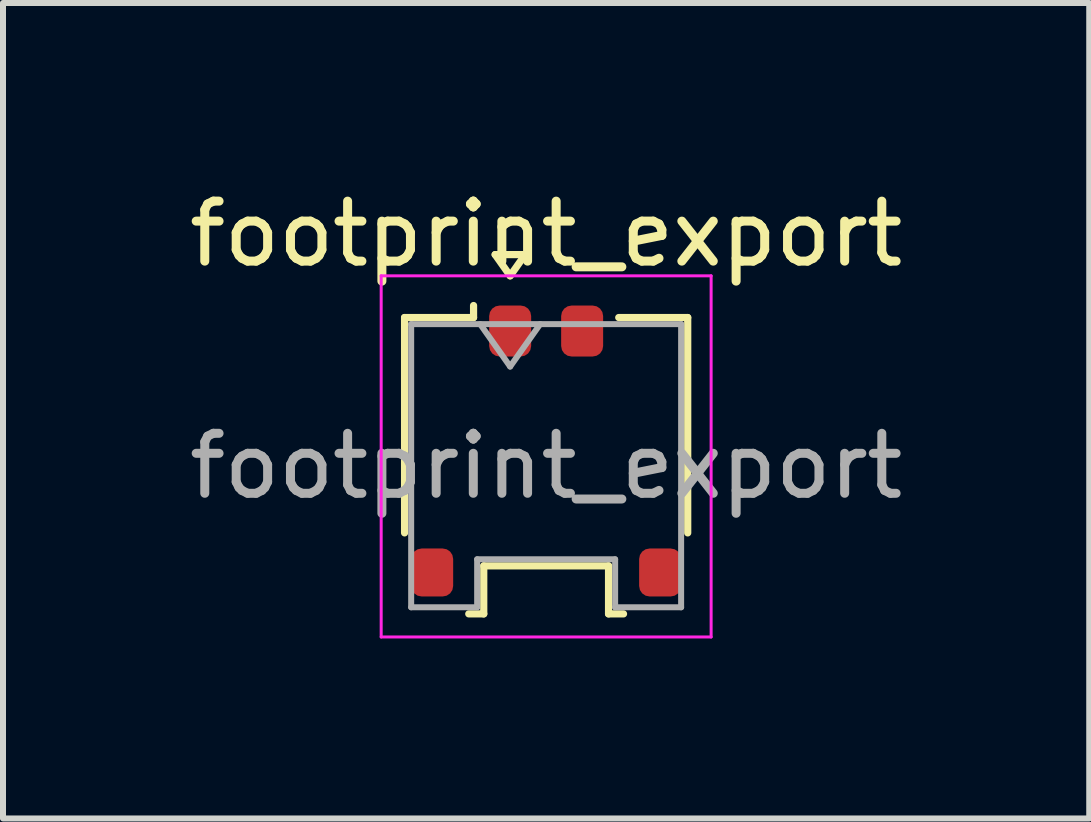
<source format=kicad_pcb>
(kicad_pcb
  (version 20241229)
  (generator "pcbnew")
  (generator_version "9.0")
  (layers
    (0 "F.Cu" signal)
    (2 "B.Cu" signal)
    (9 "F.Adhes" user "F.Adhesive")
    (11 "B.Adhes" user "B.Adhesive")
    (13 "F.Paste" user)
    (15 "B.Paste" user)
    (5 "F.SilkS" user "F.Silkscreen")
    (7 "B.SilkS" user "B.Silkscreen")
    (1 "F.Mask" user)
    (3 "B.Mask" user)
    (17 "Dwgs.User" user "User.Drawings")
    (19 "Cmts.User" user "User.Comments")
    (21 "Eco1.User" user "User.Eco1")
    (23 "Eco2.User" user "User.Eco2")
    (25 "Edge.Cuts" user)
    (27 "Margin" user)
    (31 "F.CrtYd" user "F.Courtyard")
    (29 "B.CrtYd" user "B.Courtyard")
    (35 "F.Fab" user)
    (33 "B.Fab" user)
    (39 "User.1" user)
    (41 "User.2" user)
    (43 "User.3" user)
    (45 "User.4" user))
  (footprint "footprint_export"
    (layer "F.Cu")
    (at 6.054 4.468)
    (property "Reference" "footprint_export" (at 0 -3.62 0) (layer "F.SilkS") (effects (font (size 1 1) (thickness 0.15))))
    (attr smd)
    (fp_line (start -2.36 -2.225) (end -1.21 -2.225) (stroke (width 0.12) (type solid)) (layer "F.SilkS"))
    (fp_line (start -2.36 1.365) (end -2.36 -2.225) (stroke (width 0.12) (type solid)) (layer "F.SilkS"))
    (fp_line (start -1.29 2.715) (end -1.04 2.715) (stroke (width 0.12) (type solid)) (layer "F.SilkS"))
    (fp_line (start -1.21 -2.225) (end -1.21 -2.425) (stroke (width 0.12) (type solid)) (layer "F.SilkS"))
    (fp_line (start -1.04 1.915) (end 1.04 1.915) (stroke (width 0.12) (type solid)) (layer "F.SilkS"))
    (fp_line (start -1.04 2.715) (end -1.04 1.915) (stroke (width 0.12) (type solid)) (layer "F.SilkS"))
    (fp_line (start -0.85 -3.274) (end -0.6 -2.92) (stroke (width 0.12) (type solid)) (layer "F.SilkS"))
    (fp_line (start -0.6 -2.92) (end -0.35 -3.274) (stroke (width 0.12) (type solid)) (layer "F.SilkS"))
    (fp_line (start -0.35 -3.274) (end -0.85 -3.274) (stroke (width 0.12) (type solid)) (layer "F.SilkS"))
    (fp_line (start 1.04 1.915) (end 1.04 2.715) (stroke (width 0.12) (type solid)) (layer "F.SilkS"))
    (fp_line (start 1.04 2.715) (end 1.29 2.715) (stroke (width 0.12) (type solid)) (layer "F.SilkS"))
    (fp_line (start 2.36 -2.225) (end 1.21 -2.225) (stroke (width 0.12) (type solid)) (layer "F.SilkS"))
    (fp_line (start 2.36 1.365) (end 2.36 -2.225) (stroke (width 0.12) (type solid)) (layer "F.SilkS"))
    (fp_line (start -2.75 -2.92) (end -2.75 3.1) (stroke (width 0.05) (type solid)) (layer "F.CrtYd"))
    (fp_line (start -2.75 3.1) (end 2.75 3.1) (stroke (width 0.05) (type solid)) (layer "F.CrtYd"))
    (fp_line (start 2.75 -2.92) (end -2.75 -2.92) (stroke (width 0.05) (type solid)) (layer "F.CrtYd"))
    (fp_line (start 2.75 3.1) (end 2.75 -2.92) (stroke (width 0.05) (type solid)) (layer "F.CrtYd"))
    (fp_line (start -2.25 -2.115) (end -2.25 2.605) (stroke (width 0.1) (type solid)) (layer "F.Fab"))
    (fp_line (start -2.25 -2.115) (end 2.25 -2.115) (stroke (width 0.1) (type solid)) (layer "F.Fab"))
    (fp_line (start -2.25 2.605) (end -1.15 2.605) (stroke (width 0.1) (type solid)) (layer "F.Fab"))
    (fp_line (start -1.15 1.805) (end 1.15 1.805) (stroke (width 0.1) (type solid)) (layer "F.Fab"))
    (fp_line (start -1.15 2.605) (end -1.15 1.805) (stroke (width 0.1) (type solid)) (layer "F.Fab"))
    (fp_line (start -1.1 -2.115) (end -0.6 -1.408) (stroke (width 0.1) (type solid)) (layer "F.Fab"))
    (fp_line (start -0.6 -1.408) (end -0.1 -2.115) (stroke (width 0.1) (type solid)) (layer "F.Fab"))
    (fp_line (start 1.15 1.805) (end 1.15 2.605) (stroke (width 0.1) (type solid)) (layer "F.Fab"))
    (fp_line (start 1.15 2.605) (end 2.25 2.605) (stroke (width 0.1) (type solid)) (layer "F.Fab"))
    (fp_line (start 2.25 -2.115) (end 2.25 2.605) (stroke (width 0.1) (type solid)) (layer "F.Fab"))
    (fp_text user "${REFERENCE}" (at 0 0.25 0) (layer "F.Fab") (effects (font (size 1 1) (thickness 0.15))))
    (pad "1" smd roundrect (at -0.6 -2) (size 0.7 0.85) (layers "F.Cu" "F.Mask" "F.Paste") (roundrect_rratio 0.25))
    (pad "2" smd roundrect (at 0.6 -2) (size 0.7 0.85) (layers "F.Cu" "F.Mask" "F.Paste") (roundrect_rratio 0.25))
    (pad "MP" smd roundrect (at -1.9 2.025) (size 0.7 0.8) (layers "F.Cu" "F.Mask" "F.Paste") (roundrect_rratio 0.25))
    (pad "MP" smd roundrect (at 1.9 2.025) (size 0.7 0.8) (layers "F.Cu" "F.Mask" "F.Paste") (roundrect_rratio 0.25)))
  (gr_rect
    (start -3 -3)
    (end 15.107 10.593)
    (stroke (width 0.1) (type default))
    (fill no)
    (layer "Edge.Cuts")))
</source>
